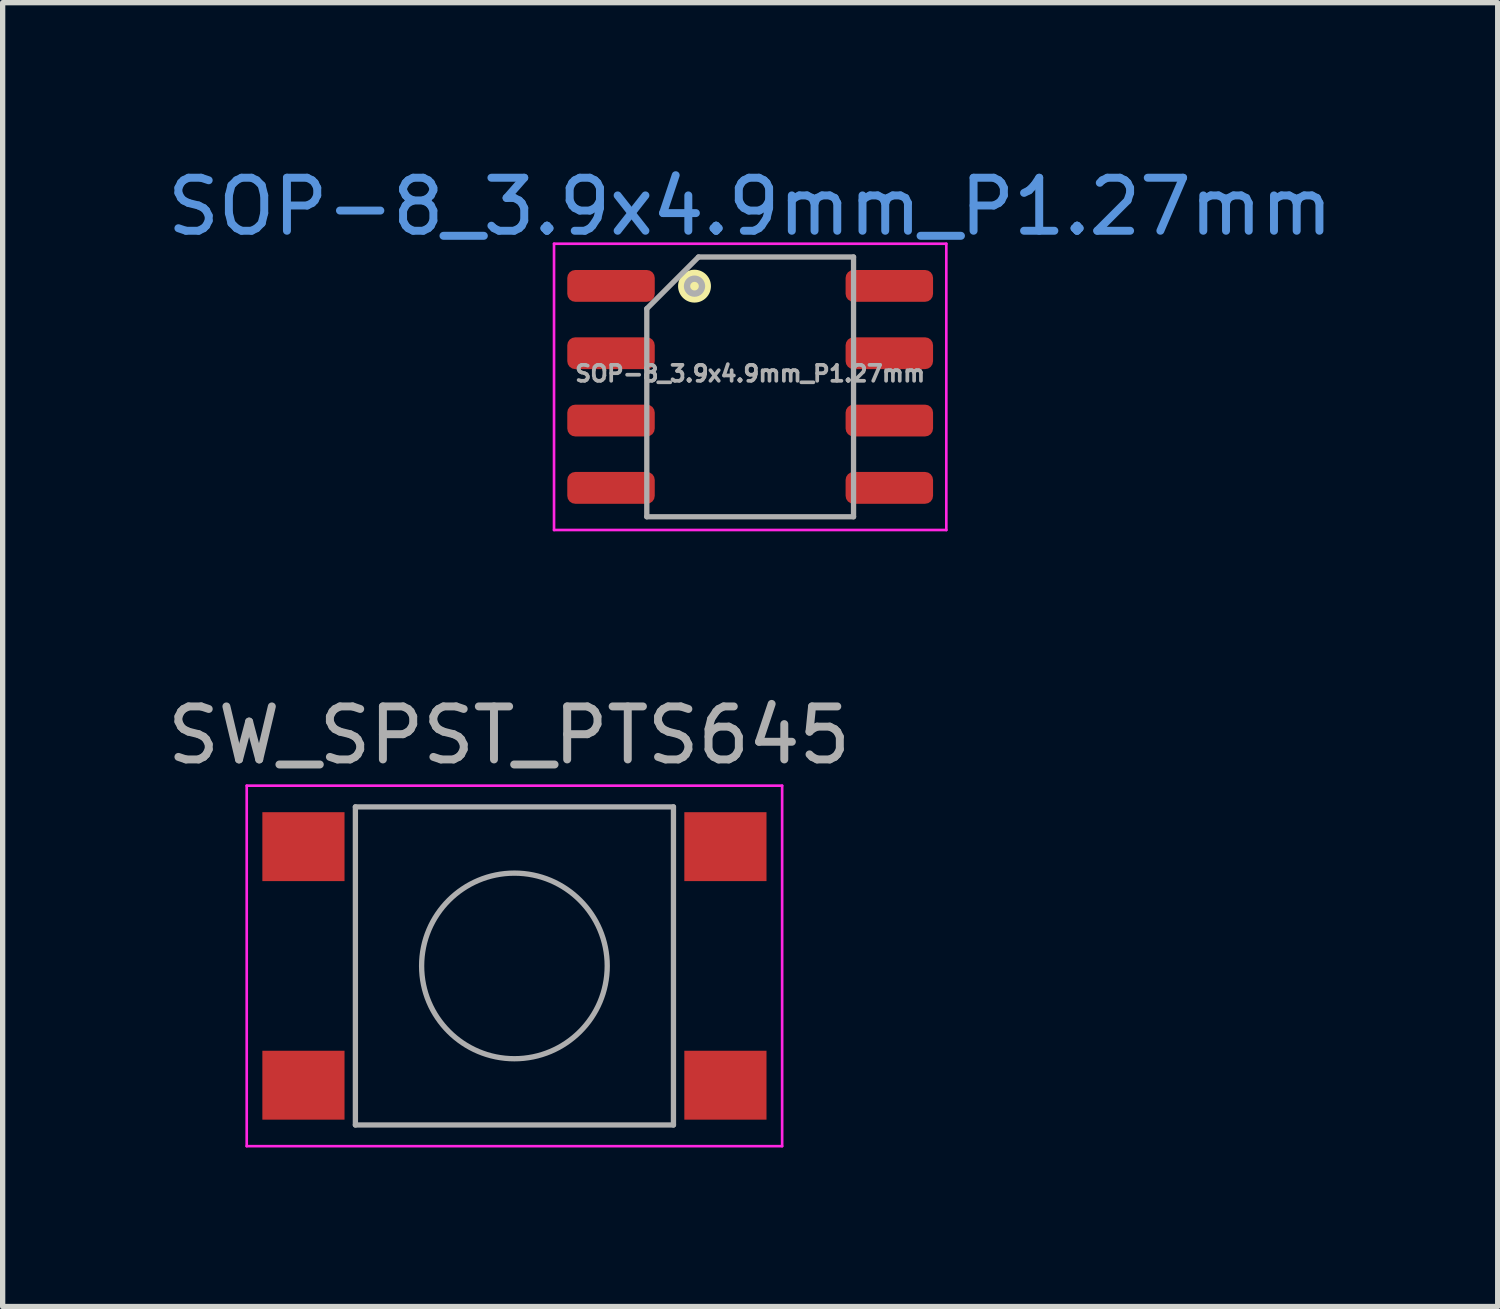
<source format=kicad_pcb>
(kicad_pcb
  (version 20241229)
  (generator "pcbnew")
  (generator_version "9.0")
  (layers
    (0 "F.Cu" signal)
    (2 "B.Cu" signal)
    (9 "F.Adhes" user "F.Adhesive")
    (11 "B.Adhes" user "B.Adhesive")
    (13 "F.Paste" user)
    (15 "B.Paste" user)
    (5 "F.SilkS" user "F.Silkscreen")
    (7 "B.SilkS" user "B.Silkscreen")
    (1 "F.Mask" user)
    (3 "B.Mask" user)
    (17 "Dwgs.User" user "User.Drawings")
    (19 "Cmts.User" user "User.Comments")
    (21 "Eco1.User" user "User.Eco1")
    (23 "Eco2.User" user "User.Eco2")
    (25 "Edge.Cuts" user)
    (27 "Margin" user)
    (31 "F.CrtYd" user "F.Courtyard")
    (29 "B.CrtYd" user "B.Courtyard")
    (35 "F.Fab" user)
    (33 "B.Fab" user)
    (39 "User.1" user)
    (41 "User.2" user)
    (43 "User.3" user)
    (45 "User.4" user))
  (footprint "SW_SPST_PTS645"
    (layer "F.Cu")
    (at 6.654 15.171)
    (property "Reference" "SW_SPST_PTS645" (at -0.1 -4.35 0) (layer "F.Fab") (effects (font (size 1 1) (thickness 0.15))))
    (attr smd)
    (fp_line (start -5.05 -3.4) (end -5.05 3.4) (stroke (width 0.05) (type solid)) (layer "F.CrtYd"))
    (fp_line (start -5.05 -3.4) (end 5.05 -3.4) (stroke (width 0.05) (type solid)) (layer "F.CrtYd"))
    (fp_line (start -5.05 3.4) (end 5.05 3.4) (stroke (width 0.05) (type solid)) (layer "F.CrtYd"))
    (fp_line (start 5.05 3.4) (end 5.05 -3.4) (stroke (width 0.05) (type solid)) (layer "F.CrtYd"))
    (fp_line (start -3 -3) (end -3 3) (stroke (width 0.1) (type solid)) (layer "F.Fab"))
    (fp_line (start -3 3) (end 3 3) (stroke (width 0.1) (type solid)) (layer "F.Fab"))
    (fp_line (start 3 -3) (end -3 -3) (stroke (width 0.1) (type solid)) (layer "F.Fab"))
    (fp_line (start 3 3) (end 3 -3) (stroke (width 0.1) (type solid)) (layer "F.Fab"))
    (fp_circle (center 0 0) (end 1.75 -0.05) (stroke (width 0.1) (type solid)) (fill no) (layer "F.Fab"))
    (pad "1" smd rect (at -3.98 -2.25) (size 1.55 1.3) (layers "F.Cu" "F.Mask" "F.Paste"))
    (pad "1" smd rect (at 3.98 -2.25) (size 1.55 1.3) (layers "F.Cu" "F.Mask" "F.Paste"))
    (pad "2" smd rect (at -3.98 2.25) (size 1.55 1.3) (layers "F.Cu" "F.Mask" "F.Paste"))
    (pad "2" smd rect (at 3.98 2.25) (size 1.55 1.3) (layers "F.Cu" "F.Mask" "F.Paste")))
  (footprint "SOP-8_3.9x4.9mm_P1.27mm"
    (layer "F.Cu")
    (at 11.101 4.248)
    (property "Reference" "SOP-8_3.9x4.9mm_P1.27mm" (at 0 -3.4 0) (layer "Cmts.User") (effects (font (size 1 1) (thickness 0.15))))
    (attr smd)
    (fp_circle (center -1.05 -1.9) (end -0.8 -1.9) (stroke (width 0.12) (type solid)) (fill yes) (layer "F.SilkS"))
    (fp_line (start -3.7 -2.7) (end -3.7 2.7) (stroke (width 0.05) (type solid)) (layer "F.CrtYd"))
    (fp_line (start -3.7 2.7) (end 3.7 2.7) (stroke (width 0.05) (type solid)) (layer "F.CrtYd"))
    (fp_line (start 3.7 -2.7) (end -3.7 -2.7) (stroke (width 0.05) (type solid)) (layer "F.CrtYd"))
    (fp_line (start 3.7 2.7) (end 3.7 -2.7) (stroke (width 0.05) (type solid)) (layer "F.CrtYd"))
    (fp_line (start -1.95 -1.475) (end -0.975 -2.45) (stroke (width 0.1) (type solid)) (layer "F.Fab"))
    (fp_line (start -1.95 2.45) (end -1.95 -1.475) (stroke (width 0.1) (type solid)) (layer "F.Fab"))
    (fp_line (start -0.975 -2.45) (end 1.95 -2.45) (stroke (width 0.1) (type solid)) (layer "F.Fab"))
    (fp_line (start 1.95 -2.45) (end 1.95 2.45) (stroke (width 0.1) (type solid)) (layer "F.Fab"))
    (fp_line (start 1.95 2.45) (end -1.95 2.45) (stroke (width 0.1) (type solid)) (layer "F.Fab"))
    (fp_circle (center -1.05 -1.9) (end -0.909 -1.9) (stroke (width 0.12) (type solid)) (fill no) (layer "F.Fab"))
    (fp_text user "${REFERENCE}" (at 0 -0.25 0) (unlocked yes) (layer "F.Fab") (effects (font (size 0.3 0.3) (thickness 0.07) (bold yes))))
    (pad "1" smd roundrect (at -2.625 -1.905) (size 1.65 0.6) (layers "F.Cu" "F.Mask" "F.Paste") (roundrect_rratio 0.25))
    (pad "2" smd roundrect (at -2.625 -0.635) (size 1.65 0.6) (layers "F.Cu" "F.Mask" "F.Paste") (roundrect_rratio 0.25))
    (pad "3" smd roundrect (at -2.625 0.635) (size 1.65 0.6) (layers "F.Cu" "F.Mask" "F.Paste") (roundrect_rratio 0.25))
    (pad "4" smd roundrect (at -2.625 1.905) (size 1.65 0.6) (layers "F.Cu" "F.Mask" "F.Paste") (roundrect_rratio 0.25))
    (pad "5" smd roundrect (at 2.625 1.905) (size 1.65 0.6) (layers "F.Cu" "F.Mask" "F.Paste") (roundrect_rratio 0.25))
    (pad "6" smd roundrect (at 2.625 0.635) (size 1.65 0.6) (layers "F.Cu" "F.Mask" "F.Paste") (roundrect_rratio 0.25))
    (pad "7" smd roundrect (at 2.625 -0.635) (size 1.65 0.6) (layers "F.Cu" "F.Mask" "F.Paste") (roundrect_rratio 0.25))
    (pad "8" smd roundrect (at 2.625 -1.905) (size 1.65 0.6) (layers "F.Cu" "F.Mask" "F.Paste") (roundrect_rratio 0.25)))
  (gr_rect
    (start -3 -3)
    (end 25.202 21.596)
    (stroke (width 0.1) (type default))
    (fill no)
    (layer "Edge.Cuts")))
</source>
